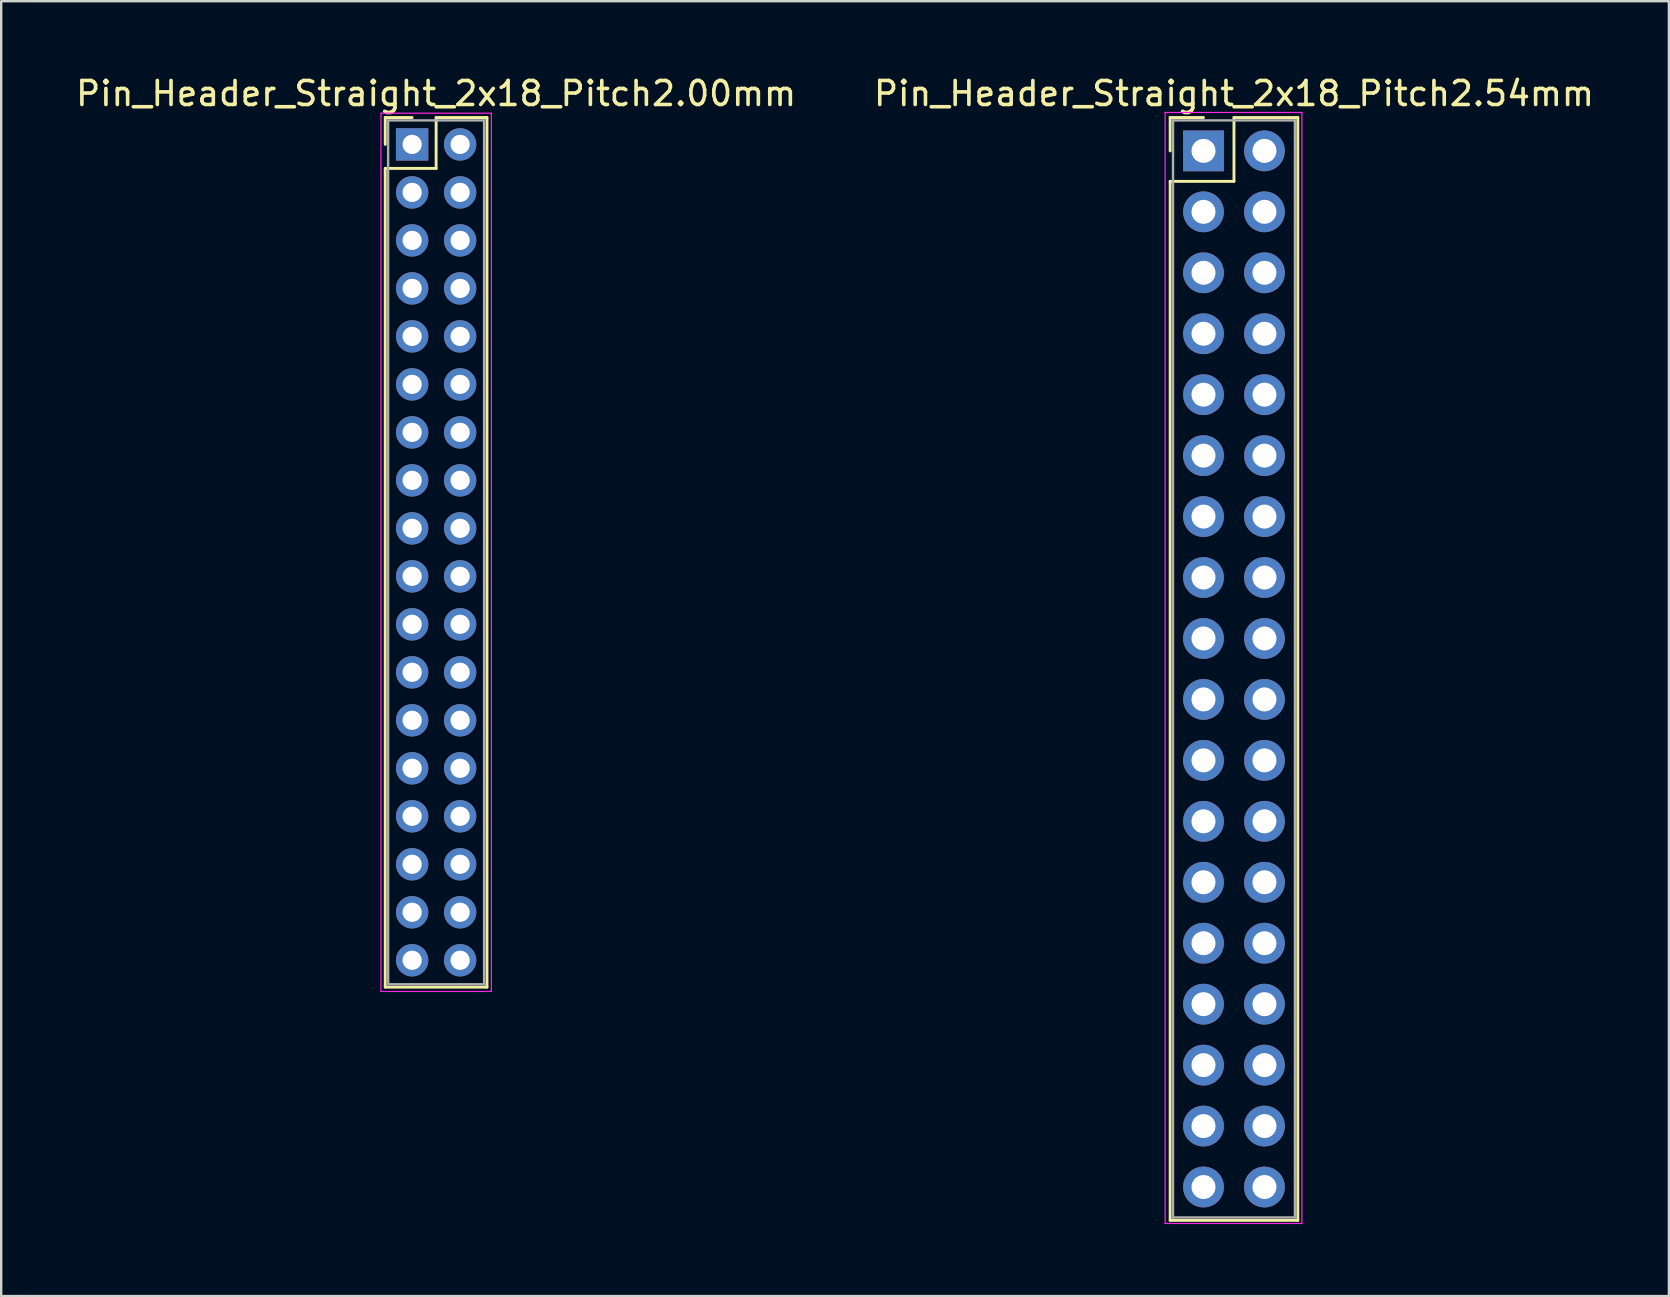
<source format=kicad_pcb>
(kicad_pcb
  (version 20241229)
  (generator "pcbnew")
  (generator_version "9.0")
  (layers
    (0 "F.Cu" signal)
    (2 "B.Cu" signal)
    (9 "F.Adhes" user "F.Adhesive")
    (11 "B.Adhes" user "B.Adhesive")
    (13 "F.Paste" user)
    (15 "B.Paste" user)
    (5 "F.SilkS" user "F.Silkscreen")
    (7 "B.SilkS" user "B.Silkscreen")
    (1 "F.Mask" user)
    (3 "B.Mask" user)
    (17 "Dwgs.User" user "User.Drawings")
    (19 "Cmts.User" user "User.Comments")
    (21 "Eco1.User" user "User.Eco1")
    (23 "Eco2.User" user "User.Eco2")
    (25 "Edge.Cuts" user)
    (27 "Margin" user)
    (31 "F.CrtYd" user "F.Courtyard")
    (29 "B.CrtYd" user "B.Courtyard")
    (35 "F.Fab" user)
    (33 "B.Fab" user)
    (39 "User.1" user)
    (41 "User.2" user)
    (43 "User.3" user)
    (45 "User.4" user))
  (footprint "Pin_Header_Straight_2x18_Pitch2.00mm"
    (layer "F.Cu")
    (at 14.125 2.968)
    (property "Reference" "Pin_Header_Straight_2x18_Pitch2.00mm" (at 1 -2.12 0) (layer "F.SilkS") (effects (font (size 1 1) (thickness 0.15))))
    (attr through_hole)
    (fp_line (start -1.12 -1.12) (end 0 -1.12) (stroke (width 0.12) (type solid)) (layer "F.SilkS"))
    (fp_line (start -1.12 0) (end -1.12 -1.12) (stroke (width 0.12) (type solid)) (layer "F.SilkS"))
    (fp_line (start -1.12 1) (end -1.12 35.12) (stroke (width 0.12) (type solid)) (layer "F.SilkS"))
    (fp_line (start -1.12 35.12) (end 3.12 35.12) (stroke (width 0.12) (type solid)) (layer "F.SilkS"))
    (fp_line (start 1 -1.12) (end 1 1) (stroke (width 0.12) (type solid)) (layer "F.SilkS"))
    (fp_line (start 1 1) (end -1.12 1) (stroke (width 0.12) (type solid)) (layer "F.SilkS"))
    (fp_line (start 3.12 -1.12) (end 1 -1.12) (stroke (width 0.12) (type solid)) (layer "F.SilkS"))
    (fp_line (start 3.12 35.12) (end 3.12 -1.12) (stroke (width 0.12) (type solid)) (layer "F.SilkS"))
    (fp_line (start -1.3 -1.3) (end -1.3 35.3) (stroke (width 0.05) (type solid)) (layer "F.CrtYd"))
    (fp_line (start -1.3 35.3) (end 3.3 35.3) (stroke (width 0.05) (type solid)) (layer "F.CrtYd"))
    (fp_line (start 3.3 -1.3) (end -1.3 -1.3) (stroke (width 0.05) (type solid)) (layer "F.CrtYd"))
    (fp_line (start 3.3 35.3) (end 3.3 -1.3) (stroke (width 0.05) (type solid)) (layer "F.CrtYd"))
    (fp_line (start -1 -1) (end -1 35) (stroke (width 0.1) (type solid)) (layer "F.Fab"))
    (fp_line (start -1 35) (end 3 35) (stroke (width 0.1) (type solid)) (layer "F.Fab"))
    (fp_line (start 3 -1) (end -1 -1) (stroke (width 0.1) (type solid)) (layer "F.Fab"))
    (fp_line (start 3 35) (end 3 -1) (stroke (width 0.1) (type solid)) (layer "F.Fab"))
    (pad "1" thru_hole rect (at 0 0) (size 1.35 1.35) (drill 0.8) (layers "*.Cu" "*.Mask"))
    (pad "2" thru_hole oval (at 2 0) (size 1.35 1.35) (drill 0.8) (layers "*.Cu" "*.Mask"))
    (pad "3" thru_hole oval (at 0 2) (size 1.35 1.35) (drill 0.8) (layers "*.Cu" "*.Mask"))
    (pad "4" thru_hole oval (at 2 2) (size 1.35 1.35) (drill 0.8) (layers "*.Cu" "*.Mask"))
    (pad "5" thru_hole oval (at 0 4) (size 1.35 1.35) (drill 0.8) (layers "*.Cu" "*.Mask"))
    (pad "6" thru_hole oval (at 2 4) (size 1.35 1.35) (drill 0.8) (layers "*.Cu" "*.Mask"))
    (pad "7" thru_hole oval (at 0 6) (size 1.35 1.35) (drill 0.8) (layers "*.Cu" "*.Mask"))
    (pad "8" thru_hole oval (at 2 6) (size 1.35 1.35) (drill 0.8) (layers "*.Cu" "*.Mask"))
    (pad "9" thru_hole oval (at 0 8) (size 1.35 1.35) (drill 0.8) (layers "*.Cu" "*.Mask"))
    (pad "10" thru_hole oval (at 2 8) (size 1.35 1.35) (drill 0.8) (layers "*.Cu" "*.Mask"))
    (pad "11" thru_hole oval (at 0 10) (size 1.35 1.35) (drill 0.8) (layers "*.Cu" "*.Mask"))
    (pad "12" thru_hole oval (at 2 10) (size 1.35 1.35) (drill 0.8) (layers "*.Cu" "*.Mask"))
    (pad "13" thru_hole oval (at 0 12) (size 1.35 1.35) (drill 0.8) (layers "*.Cu" "*.Mask"))
    (pad "14" thru_hole oval (at 2 12) (size 1.35 1.35) (drill 0.8) (layers "*.Cu" "*.Mask"))
    (pad "15" thru_hole oval (at 0 14) (size 1.35 1.35) (drill 0.8) (layers "*.Cu" "*.Mask"))
    (pad "16" thru_hole oval (at 2 14) (size 1.35 1.35) (drill 0.8) (layers "*.Cu" "*.Mask"))
    (pad "17" thru_hole oval (at 0 16) (size 1.35 1.35) (drill 0.8) (layers "*.Cu" "*.Mask"))
    (pad "18" thru_hole oval (at 2 16) (size 1.35 1.35) (drill 0.8) (layers "*.Cu" "*.Mask"))
    (pad "19" thru_hole oval (at 0 18) (size 1.35 1.35) (drill 0.8) (layers "*.Cu" "*.Mask"))
    (pad "20" thru_hole oval (at 2 18) (size 1.35 1.35) (drill 0.8) (layers "*.Cu" "*.Mask"))
    (pad "21" thru_hole oval (at 0 20) (size 1.35 1.35) (drill 0.8) (layers "*.Cu" "*.Mask"))
    (pad "22" thru_hole oval (at 2 20) (size 1.35 1.35) (drill 0.8) (layers "*.Cu" "*.Mask"))
    (pad "23" thru_hole oval (at 0 22) (size 1.35 1.35) (drill 0.8) (layers "*.Cu" "*.Mask"))
    (pad "24" thru_hole oval (at 2 22) (size 1.35 1.35) (drill 0.8) (layers "*.Cu" "*.Mask"))
    (pad "25" thru_hole oval (at 0 24) (size 1.35 1.35) (drill 0.8) (layers "*.Cu" "*.Mask"))
    (pad "26" thru_hole oval (at 2 24) (size 1.35 1.35) (drill 0.8) (layers "*.Cu" "*.Mask"))
    (pad "27" thru_hole oval (at 0 26) (size 1.35 1.35) (drill 0.8) (layers "*.Cu" "*.Mask"))
    (pad "28" thru_hole oval (at 2 26) (size 1.35 1.35) (drill 0.8) (layers "*.Cu" "*.Mask"))
    (pad "29" thru_hole oval (at 0 28) (size 1.35 1.35) (drill 0.8) (layers "*.Cu" "*.Mask"))
    (pad "30" thru_hole oval (at 2 28) (size 1.35 1.35) (drill 0.8) (layers "*.Cu" "*.Mask"))
    (pad "31" thru_hole oval (at 0 30) (size 1.35 1.35) (drill 0.8) (layers "*.Cu" "*.Mask"))
    (pad "32" thru_hole oval (at 2 30) (size 1.35 1.35) (drill 0.8) (layers "*.Cu" "*.Mask"))
    (pad "33" thru_hole oval (at 0 32) (size 1.35 1.35) (drill 0.8) (layers "*.Cu" "*.Mask"))
    (pad "34" thru_hole oval (at 2 32) (size 1.35 1.35) (drill 0.8) (layers "*.Cu" "*.Mask"))
    (pad "35" thru_hole oval (at 0 34) (size 1.35 1.35) (drill 0.8) (layers "*.Cu" "*.Mask"))
    (pad "36" thru_hole oval (at 2 34) (size 1.35 1.35) (drill 0.8) (layers "*.Cu" "*.Mask")))
  (footprint "Pin_Header_Straight_2x18_Pitch2.54mm"
    (layer "F.Cu")
    (at 47.105 3.238)
    (property "Reference" "Pin_Header_Straight_2x18_Pitch2.54mm" (at 1.27 -2.39 0) (layer "F.SilkS") (effects (font (size 1 1) (thickness 0.15))))
    (attr through_hole)
    (fp_line (start -1.39 -1.39) (end 0 -1.39) (stroke (width 0.12) (type solid)) (layer "F.SilkS"))
    (fp_line (start -1.39 0) (end -1.39 -1.39) (stroke (width 0.12) (type solid)) (layer "F.SilkS"))
    (fp_line (start -1.39 1.27) (end -1.39 44.57) (stroke (width 0.12) (type solid)) (layer "F.SilkS"))
    (fp_line (start -1.39 44.57) (end 3.93 44.57) (stroke (width 0.12) (type solid)) (layer "F.SilkS"))
    (fp_line (start 1.27 -1.39) (end 1.27 1.27) (stroke (width 0.12) (type solid)) (layer "F.SilkS"))
    (fp_line (start 1.27 1.27) (end -1.39 1.27) (stroke (width 0.12) (type solid)) (layer "F.SilkS"))
    (fp_line (start 3.93 -1.39) (end 1.27 -1.39) (stroke (width 0.12) (type solid)) (layer "F.SilkS"))
    (fp_line (start 3.93 44.57) (end 3.93 -1.39) (stroke (width 0.12) (type solid)) (layer "F.SilkS"))
    (fp_line (start -1.6 -1.6) (end -1.6 44.7) (stroke (width 0.05) (type solid)) (layer "F.CrtYd"))
    (fp_line (start -1.6 44.7) (end 4.1 44.7) (stroke (width 0.05) (type solid)) (layer "F.CrtYd"))
    (fp_line (start 4.1 -1.6) (end -1.6 -1.6) (stroke (width 0.05) (type solid)) (layer "F.CrtYd"))
    (fp_line (start 4.1 44.7) (end 4.1 -1.6) (stroke (width 0.05) (type solid)) (layer "F.CrtYd"))
    (fp_line (start -1.27 -1.27) (end -1.27 44.45) (stroke (width 0.1) (type solid)) (layer "F.Fab"))
    (fp_line (start -1.27 44.45) (end 3.81 44.45) (stroke (width 0.1) (type solid)) (layer "F.Fab"))
    (fp_line (start 3.81 -1.27) (end -1.27 -1.27) (stroke (width 0.1) (type solid)) (layer "F.Fab"))
    (fp_line (start 3.81 44.45) (end 3.81 -1.27) (stroke (width 0.1) (type solid)) (layer "F.Fab"))
    (pad "1" thru_hole rect (at 0 0) (size 1.7 1.7) (drill 1) (layers "*.Cu" "*.Mask"))
    (pad "2" thru_hole oval (at 2.54 0) (size 1.7 1.7) (drill 1) (layers "*.Cu" "*.Mask"))
    (pad "3" thru_hole oval (at 0 2.54) (size 1.7 1.7) (drill 1) (layers "*.Cu" "*.Mask"))
    (pad "4" thru_hole oval (at 2.54 2.54) (size 1.7 1.7) (drill 1) (layers "*.Cu" "*.Mask"))
    (pad "5" thru_hole oval (at 0 5.08) (size 1.7 1.7) (drill 1) (layers "*.Cu" "*.Mask"))
    (pad "6" thru_hole oval (at 2.54 5.08) (size 1.7 1.7) (drill 1) (layers "*.Cu" "*.Mask"))
    (pad "7" thru_hole oval (at 0 7.62) (size 1.7 1.7) (drill 1) (layers "*.Cu" "*.Mask"))
    (pad "8" thru_hole oval (at 2.54 7.62) (size 1.7 1.7) (drill 1) (layers "*.Cu" "*.Mask"))
    (pad "9" thru_hole oval (at 0 10.16) (size 1.7 1.7) (drill 1) (layers "*.Cu" "*.Mask"))
    (pad "10" thru_hole oval (at 2.54 10.16) (size 1.7 1.7) (drill 1) (layers "*.Cu" "*.Mask"))
    (pad "11" thru_hole oval (at 0 12.7) (size 1.7 1.7) (drill 1) (layers "*.Cu" "*.Mask"))
    (pad "12" thru_hole oval (at 2.54 12.7) (size 1.7 1.7) (drill 1) (layers "*.Cu" "*.Mask"))
    (pad "13" thru_hole oval (at 0 15.24) (size 1.7 1.7) (drill 1) (layers "*.Cu" "*.Mask"))
    (pad "14" thru_hole oval (at 2.54 15.24) (size 1.7 1.7) (drill 1) (layers "*.Cu" "*.Mask"))
    (pad "15" thru_hole oval (at 0 17.78) (size 1.7 1.7) (drill 1) (layers "*.Cu" "*.Mask"))
    (pad "16" thru_hole oval (at 2.54 17.78) (size 1.7 1.7) (drill 1) (layers "*.Cu" "*.Mask"))
    (pad "17" thru_hole oval (at 0 20.32) (size 1.7 1.7) (drill 1) (layers "*.Cu" "*.Mask"))
    (pad "18" thru_hole oval (at 2.54 20.32) (size 1.7 1.7) (drill 1) (layers "*.Cu" "*.Mask"))
    (pad "19" thru_hole oval (at 0 22.86) (size 1.7 1.7) (drill 1) (layers "*.Cu" "*.Mask"))
    (pad "20" thru_hole oval (at 2.54 22.86) (size 1.7 1.7) (drill 1) (layers "*.Cu" "*.Mask"))
    (pad "21" thru_hole oval (at 0 25.4) (size 1.7 1.7) (drill 1) (layers "*.Cu" "*.Mask"))
    (pad "22" thru_hole oval (at 2.54 25.4) (size 1.7 1.7) (drill 1) (layers "*.Cu" "*.Mask"))
    (pad "23" thru_hole oval (at 0 27.94) (size 1.7 1.7) (drill 1) (layers "*.Cu" "*.Mask"))
    (pad "24" thru_hole oval (at 2.54 27.94) (size 1.7 1.7) (drill 1) (layers "*.Cu" "*.Mask"))
    (pad "25" thru_hole oval (at 0 30.48) (size 1.7 1.7) (drill 1) (layers "*.Cu" "*.Mask"))
    (pad "26" thru_hole oval (at 2.54 30.48) (size 1.7 1.7) (drill 1) (layers "*.Cu" "*.Mask"))
    (pad "27" thru_hole oval (at 0 33.02) (size 1.7 1.7) (drill 1) (layers "*.Cu" "*.Mask"))
    (pad "28" thru_hole oval (at 2.54 33.02) (size 1.7 1.7) (drill 1) (layers "*.Cu" "*.Mask"))
    (pad "29" thru_hole oval (at 0 35.56) (size 1.7 1.7) (drill 1) (layers "*.Cu" "*.Mask"))
    (pad "30" thru_hole oval (at 2.54 35.56) (size 1.7 1.7) (drill 1) (layers "*.Cu" "*.Mask"))
    (pad "31" thru_hole oval (at 0 38.1) (size 1.7 1.7) (drill 1) (layers "*.Cu" "*.Mask"))
    (pad "32" thru_hole oval (at 2.54 38.1) (size 1.7 1.7) (drill 1) (layers "*.Cu" "*.Mask"))
    (pad "33" thru_hole oval (at 0 40.64) (size 1.7 1.7) (drill 1) (layers "*.Cu" "*.Mask"))
    (pad "34" thru_hole oval (at 2.54 40.64) (size 1.7 1.7) (drill 1) (layers "*.Cu" "*.Mask"))
    (pad "35" thru_hole oval (at 0 43.18) (size 1.7 1.7) (drill 1) (layers "*.Cu" "*.Mask"))
    (pad "36" thru_hole oval (at 2.54 43.18) (size 1.7 1.7) (drill 1) (layers "*.Cu" "*.Mask")))
  (gr_rect
    (start -3 -3)
    (end 66.5 50.963)
    (stroke (width 0.1) (type default))
    (fill no)
    (layer "Edge.Cuts")))
</source>
